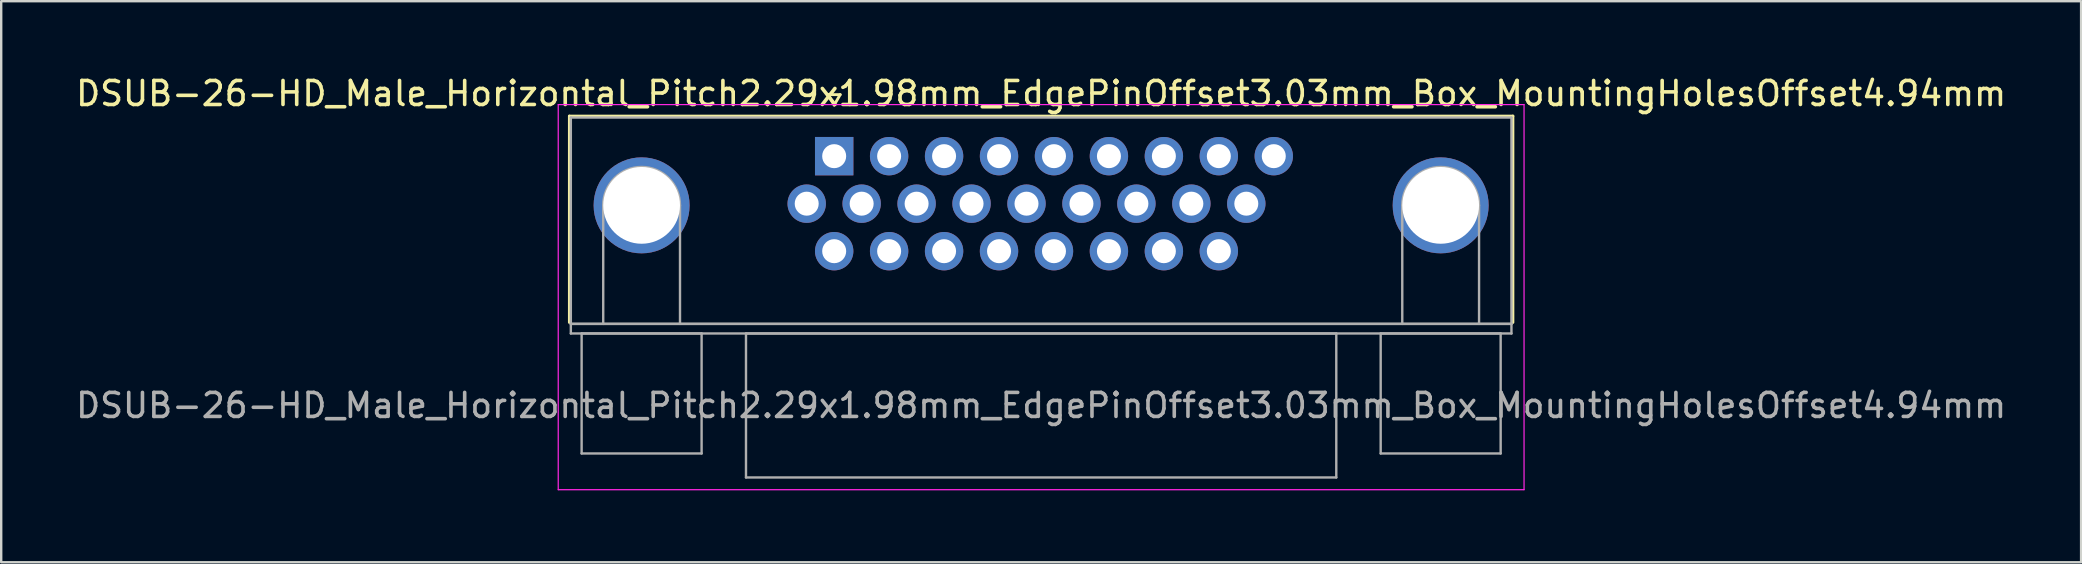
<source format=kicad_pcb>
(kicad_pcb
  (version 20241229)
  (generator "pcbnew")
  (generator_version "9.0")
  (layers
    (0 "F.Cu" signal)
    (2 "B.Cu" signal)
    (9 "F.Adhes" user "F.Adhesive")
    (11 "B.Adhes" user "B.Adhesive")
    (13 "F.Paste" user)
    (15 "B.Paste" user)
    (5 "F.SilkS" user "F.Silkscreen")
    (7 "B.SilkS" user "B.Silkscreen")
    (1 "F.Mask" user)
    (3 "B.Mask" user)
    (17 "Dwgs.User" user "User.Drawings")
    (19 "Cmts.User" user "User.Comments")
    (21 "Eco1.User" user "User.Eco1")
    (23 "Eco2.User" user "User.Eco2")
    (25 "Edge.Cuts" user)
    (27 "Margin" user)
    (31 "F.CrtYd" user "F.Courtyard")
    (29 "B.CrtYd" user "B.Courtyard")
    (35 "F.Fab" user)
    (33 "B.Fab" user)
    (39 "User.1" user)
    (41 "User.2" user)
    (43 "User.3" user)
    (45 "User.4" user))
  (footprint "DSUB-26-HD_Male_Horizontal_Pitch2.29x1.98mm_EdgePinOffset3.03mm_Box_MountingHolesOffset4.94mm"
    (layer "F.Cu")
    (at 31.714 3.458)
    (property "Reference" "DSUB-26-HD_Male_Horizontal_Pitch2.29x1.98mm_EdgePinOffset3.03mm_Box_MountingHolesOffset4.94mm" (at 8.625 -2.61 0) (layer "F.SilkS") (effects (font (size 1 1) (thickness 0.15))))
    (attr through_hole)
    (fp_line (start -11.035 -1.67) (end 28.285 -1.67) (stroke (width 0.12) (type solid)) (layer "F.SilkS"))
    (fp_line (start -11.035 6.93) (end -11.035 -1.67) (stroke (width 0.12) (type solid)) (layer "F.SilkS"))
    (fp_line (start -0.25 -2.564) (end 0.25 -2.564) (stroke (width 0.12) (type solid)) (layer "F.SilkS"))
    (fp_line (start 0 -2.131) (end -0.25 -2.564) (stroke (width 0.12) (type solid)) (layer "F.SilkS"))
    (fp_line (start 0.25 -2.564) (end 0 -2.131) (stroke (width 0.12) (type solid)) (layer "F.SilkS"))
    (fp_line (start 28.285 -1.67) (end 28.285 6.93) (stroke (width 0.12) (type solid)) (layer "F.SilkS"))
    (fp_line (start -11.5 -2.15) (end -11.5 13.9) (stroke (width 0.05) (type solid)) (layer "F.CrtYd"))
    (fp_line (start -11.5 13.9) (end 28.75 13.9) (stroke (width 0.05) (type solid)) (layer "F.CrtYd"))
    (fp_line (start 28.75 -2.15) (end -11.5 -2.15) (stroke (width 0.05) (type solid)) (layer "F.CrtYd"))
    (fp_line (start 28.75 13.9) (end 28.75 -2.15) (stroke (width 0.05) (type solid)) (layer "F.CrtYd"))
    (fp_line (start -10.975 -1.61) (end -10.975 6.99) (stroke (width 0.1) (type solid)) (layer "F.Fab"))
    (fp_line (start -10.975 6.99) (end -10.975 7.39) (stroke (width 0.1) (type solid)) (layer "F.Fab"))
    (fp_line (start -10.975 6.99) (end 28.225 6.99) (stroke (width 0.1) (type solid)) (layer "F.Fab"))
    (fp_line (start -10.975 7.39) (end 28.225 7.39) (stroke (width 0.1) (type solid)) (layer "F.Fab"))
    (fp_line (start -10.525 7.39) (end -10.525 12.39) (stroke (width 0.1) (type solid)) (layer "F.Fab"))
    (fp_line (start -10.525 12.39) (end -5.525 12.39) (stroke (width 0.1) (type solid)) (layer "F.Fab"))
    (fp_line (start -9.625 6.99) (end -9.625 2.05) (stroke (width 0.1) (type solid)) (layer "F.Fab"))
    (fp_line (start -6.425 6.99) (end -6.425 2.05) (stroke (width 0.1) (type solid)) (layer "F.Fab"))
    (fp_line (start -5.525 7.39) (end -10.525 7.39) (stroke (width 0.1) (type solid)) (layer "F.Fab"))
    (fp_line (start -5.525 12.39) (end -5.525 7.39) (stroke (width 0.1) (type solid)) (layer "F.Fab"))
    (fp_line (start -3.675 7.39) (end -3.675 13.39) (stroke (width 0.1) (type solid)) (layer "F.Fab"))
    (fp_line (start -3.675 13.39) (end 20.925 13.39) (stroke (width 0.1) (type solid)) (layer "F.Fab"))
    (fp_line (start 20.925 7.39) (end -3.675 7.39) (stroke (width 0.1) (type solid)) (layer "F.Fab"))
    (fp_line (start 20.925 13.39) (end 20.925 7.39) (stroke (width 0.1) (type solid)) (layer "F.Fab"))
    (fp_line (start 22.775 7.39) (end 22.775 12.39) (stroke (width 0.1) (type solid)) (layer "F.Fab"))
    (fp_line (start 22.775 12.39) (end 27.775 12.39) (stroke (width 0.1) (type solid)) (layer "F.Fab"))
    (fp_line (start 23.675 6.99) (end 23.675 2.05) (stroke (width 0.1) (type solid)) (layer "F.Fab"))
    (fp_line (start 26.875 6.99) (end 26.875 2.05) (stroke (width 0.1) (type solid)) (layer "F.Fab"))
    (fp_line (start 27.775 7.39) (end 22.775 7.39) (stroke (width 0.1) (type solid)) (layer "F.Fab"))
    (fp_line (start 27.775 12.39) (end 27.775 7.39) (stroke (width 0.1) (type solid)) (layer "F.Fab"))
    (fp_line (start 28.225 -1.61) (end -10.975 -1.61) (stroke (width 0.1) (type solid)) (layer "F.Fab"))
    (fp_line (start 28.225 6.99) (end -10.975 6.99) (stroke (width 0.1) (type solid)) (layer "F.Fab"))
    (fp_line (start 28.225 6.99) (end 28.225 -1.61) (stroke (width 0.1) (type solid)) (layer "F.Fab"))
    (fp_line (start 28.225 7.39) (end 28.225 6.99) (stroke (width 0.1) (type solid)) (layer "F.Fab"))
    (fp_arc (start -9.625 2.05) (mid -8.025 0.45) (end -6.425 2.05) (stroke (width 0.1) (type solid)) (layer "F.Fab"))
    (fp_arc (start 23.675 2.05) (mid 25.275 0.45) (end 26.875 2.05) (stroke (width 0.1) (type solid)) (layer "F.Fab"))
    (fp_text user "${REFERENCE}" (at 8.625 10.39 0) (layer "F.Fab") (effects (font (size 1 1) (thickness 0.15))))
    (pad "0" thru_hole circle (at -8.025 2.05) (size 4 4) (drill 3.2) (layers "*.Cu" "*.Mask"))
    (pad "0" thru_hole circle (at 25.275 2.05) (size 4 4) (drill 3.2) (layers "*.Cu" "*.Mask"))
    (pad "1" thru_hole rect (at 0 0) (size 1.6 1.6) (drill 1) (layers "*.Cu" "*.Mask"))
    (pad "2" thru_hole circle (at 2.29 0) (size 1.6 1.6) (drill 1) (layers "*.Cu" "*.Mask"))
    (pad "3" thru_hole circle (at 4.58 0) (size 1.6 1.6) (drill 1) (layers "*.Cu" "*.Mask"))
    (pad "4" thru_hole circle (at 6.87 0) (size 1.6 1.6) (drill 1) (layers "*.Cu" "*.Mask"))
    (pad "5" thru_hole circle (at 9.16 0) (size 1.6 1.6) (drill 1) (layers "*.Cu" "*.Mask"))
    (pad "6" thru_hole circle (at 11.45 0) (size 1.6 1.6) (drill 1) (layers "*.Cu" "*.Mask"))
    (pad "7" thru_hole circle (at 13.74 0) (size 1.6 1.6) (drill 1) (layers "*.Cu" "*.Mask"))
    (pad "8" thru_hole circle (at 16.03 0) (size 1.6 1.6) (drill 1) (layers "*.Cu" "*.Mask"))
    (pad "9" thru_hole circle (at 18.32 0) (size 1.6 1.6) (drill 1) (layers "*.Cu" "*.Mask"))
    (pad "10" thru_hole circle (at -1.145 1.98) (size 1.6 1.6) (drill 1) (layers "*.Cu" "*.Mask"))
    (pad "11" thru_hole circle (at 1.145 1.98) (size 1.6 1.6) (drill 1) (layers "*.Cu" "*.Mask"))
    (pad "12" thru_hole circle (at 3.435 1.98) (size 1.6 1.6) (drill 1) (layers "*.Cu" "*.Mask"))
    (pad "13" thru_hole circle (at 5.725 1.98) (size 1.6 1.6) (drill 1) (layers "*.Cu" "*.Mask"))
    (pad "14" thru_hole circle (at 8.015 1.98) (size 1.6 1.6) (drill 1) (layers "*.Cu" "*.Mask"))
    (pad "15" thru_hole circle (at 10.305 1.98) (size 1.6 1.6) (drill 1) (layers "*.Cu" "*.Mask"))
    (pad "16" thru_hole circle (at 12.595 1.98) (size 1.6 1.6) (drill 1) (layers "*.Cu" "*.Mask"))
    (pad "17" thru_hole circle (at 14.885 1.98) (size 1.6 1.6) (drill 1) (layers "*.Cu" "*.Mask"))
    (pad "18" thru_hole circle (at 17.175 1.98) (size 1.6 1.6) (drill 1) (layers "*.Cu" "*.Mask"))
    (pad "19" thru_hole circle (at 0 3.96) (size 1.6 1.6) (drill 1) (layers "*.Cu" "*.Mask"))
    (pad "20" thru_hole circle (at 2.29 3.96) (size 1.6 1.6) (drill 1) (layers "*.Cu" "*.Mask"))
    (pad "21" thru_hole circle (at 4.58 3.96) (size 1.6 1.6) (drill 1) (layers "*.Cu" "*.Mask"))
    (pad "22" thru_hole circle (at 6.87 3.96) (size 1.6 1.6) (drill 1) (layers "*.Cu" "*.Mask"))
    (pad "23" thru_hole circle (at 9.16 3.96) (size 1.6 1.6) (drill 1) (layers "*.Cu" "*.Mask"))
    (pad "24" thru_hole circle (at 11.45 3.96) (size 1.6 1.6) (drill 1) (layers "*.Cu" "*.Mask"))
    (pad "25" thru_hole circle (at 13.74 3.96) (size 1.6 1.6) (drill 1) (layers "*.Cu" "*.Mask"))
    (pad "26" thru_hole circle (at 16.03 3.96) (size 1.6 1.6) (drill 1) (layers "*.Cu" "*.Mask")))
  (gr_rect
    (start -3 -3)
    (end 83.679 20.383)
    (stroke (width 0.1) (type default))
    (fill no)
    (layer "Edge.Cuts")))
</source>
